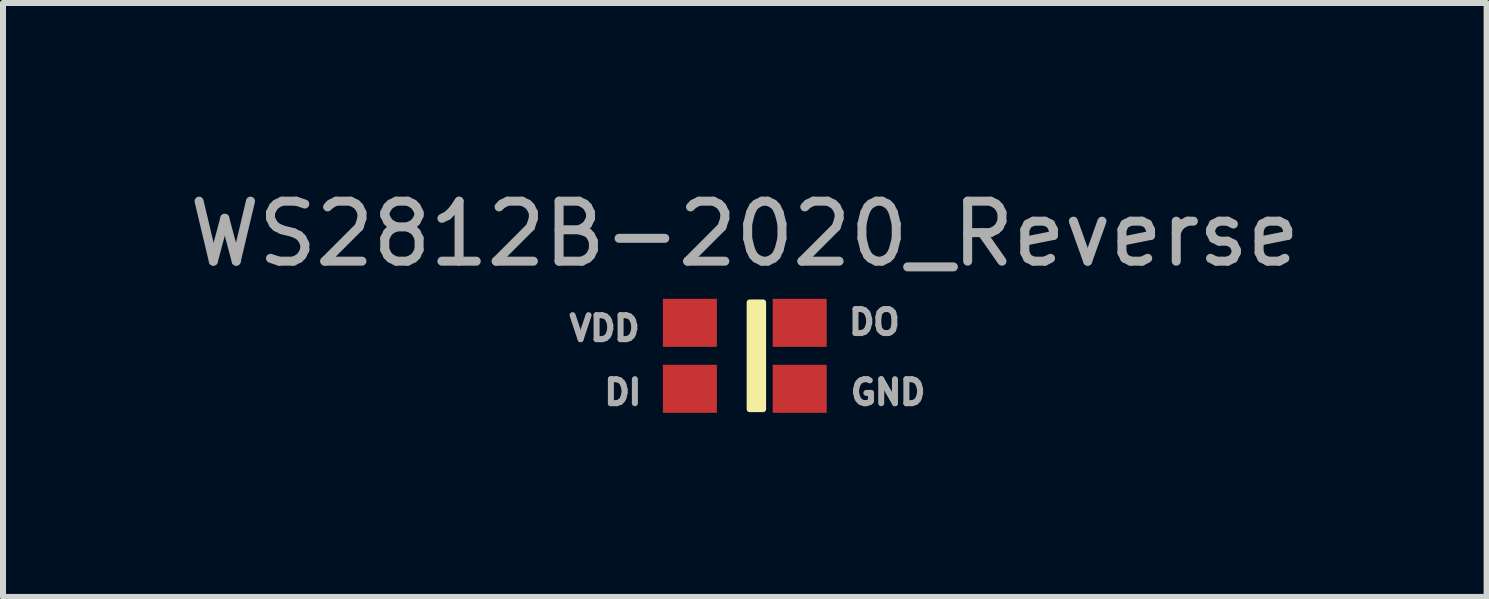
<source format=kicad_pcb>
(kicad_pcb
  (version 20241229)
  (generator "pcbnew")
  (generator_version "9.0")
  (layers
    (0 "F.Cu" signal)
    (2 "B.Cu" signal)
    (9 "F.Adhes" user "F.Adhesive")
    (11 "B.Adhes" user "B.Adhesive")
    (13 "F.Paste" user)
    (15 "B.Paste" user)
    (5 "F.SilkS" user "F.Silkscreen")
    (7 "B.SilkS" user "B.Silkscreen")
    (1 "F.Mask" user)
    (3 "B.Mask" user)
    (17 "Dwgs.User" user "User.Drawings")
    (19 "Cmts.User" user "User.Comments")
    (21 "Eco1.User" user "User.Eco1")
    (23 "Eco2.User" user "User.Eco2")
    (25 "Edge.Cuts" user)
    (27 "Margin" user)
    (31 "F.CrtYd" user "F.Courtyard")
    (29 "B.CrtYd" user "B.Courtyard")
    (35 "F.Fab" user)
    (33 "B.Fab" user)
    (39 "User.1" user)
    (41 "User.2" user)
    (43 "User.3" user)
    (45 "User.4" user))
  (footprint "WS2812B-2020_Reverse"
    (layer "F.Cu")
    (at 9.363 2.88)
    (property "Reference" "WS2812B-2020_Reverse" (at 0 -2.032 0) (layer "F.Fab") (effects (font (size 1 1) (thickness 0.15))))
    (attr through_hole)
    (fp_poly (pts (xy 0.081 -0.889) (xy 0.305 -0.889) (xy 0.305 0.889) (xy 0.081 0.889)) (stroke (width 0.1) (type solid)) (fill yes) (layer "F.SilkS"))
    (fp_text user "DI" (at -2.032 0.61 0) (layer "F.Fab") (effects (font (size 0.4 0.4) (thickness 0.1))))
    (fp_text user "GND" (at 2.388 0.61 0) (layer "F.Fab") (effects (font (size 0.4 0.4) (thickness 0.1))))
    (fp_text user "VDD" (at -2.337 -0.457 0) (layer "F.Fab") (effects (font (size 0.4 0.4) (thickness 0.1))))
    (fp_text user "DO" (at 2.159 -0.559 0) (layer "F.Fab") (effects (font (size 0.4 0.4) (thickness 0.1))))
    (pad "1" smd rect (at 0.915 -0.55) (size 0.9 0.8) (layers "F.Cu" "F.Mask" "F.Paste"))
    (pad "2" smd rect (at 0.915 0.55) (size 0.9 0.8) (layers "F.Cu" "F.Mask" "F.Paste"))
    (pad "3" smd rect (at -0.915 0.55) (size 0.9 0.8) (layers "F.Cu" "F.Mask" "F.Paste"))
    (pad "4" smd rect (at -0.915 -0.55) (size 0.9 0.8) (layers "F.Cu" "F.Mask" "F.Paste")))
  (gr_rect
    (start -3 -3)
    (end 21.726 6.899)
    (stroke (width 0.1) (type default))
    (fill no)
    (layer "Edge.Cuts")))
</source>
